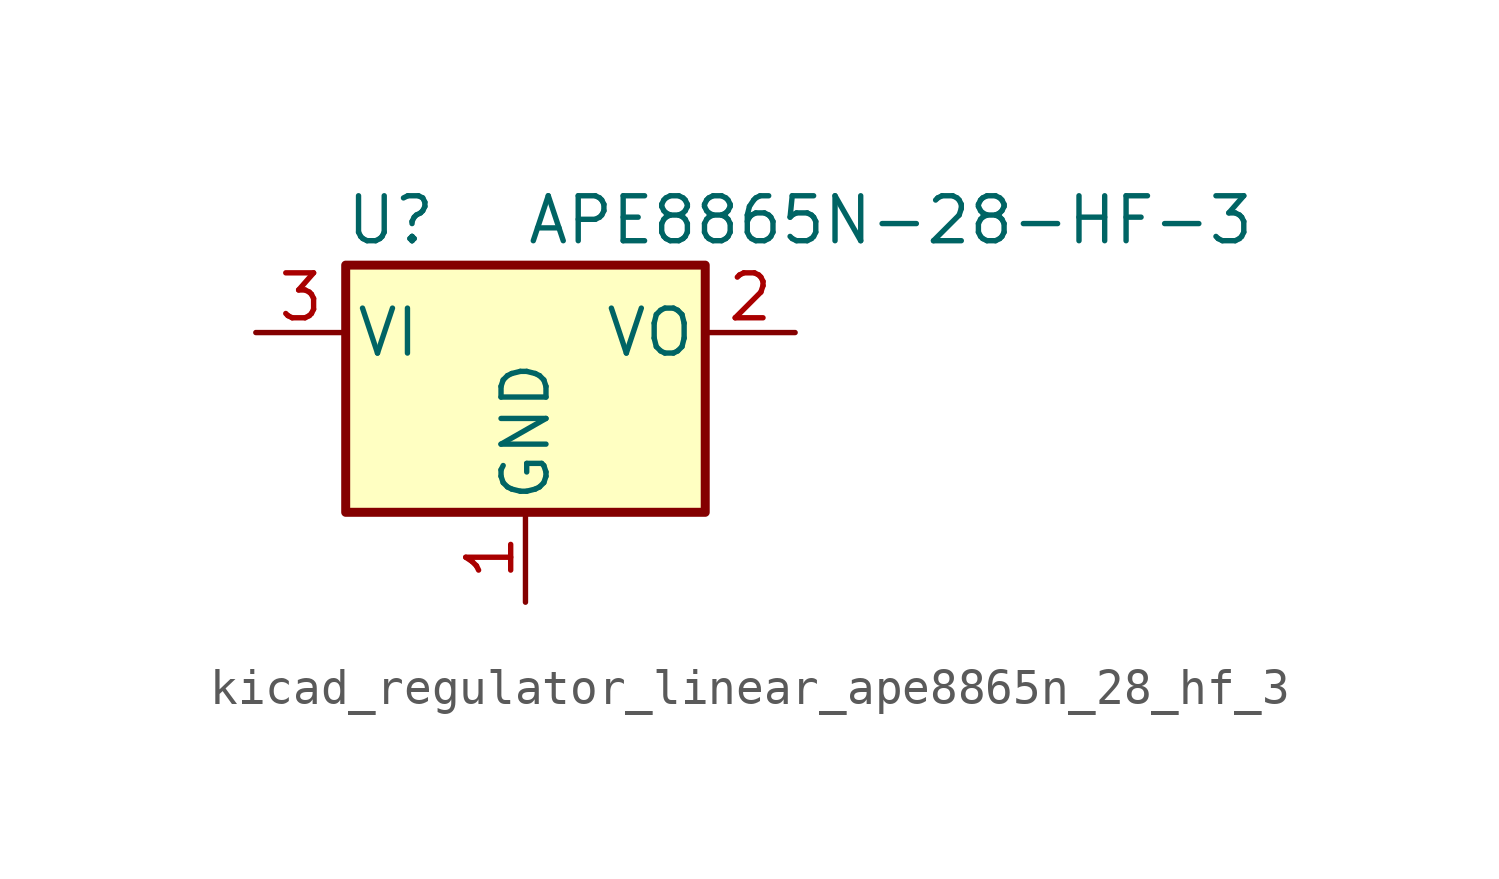
<source format=kicad_sym>
(kicad_symbol_lib
  (version 20220914)
  (generator kicad_symbol_editor)
  (symbol "kicad_regulator_linear_ape8865n_28_hf_3"
    (pin_names
      (offset 0.254))
    (property "Reference" "U"
      (at -3.81 3.175 0)
      (effects (font (size 1.27 1.27))))
    (property "Value" "APE8865N-28-HF-3"
      (at 0 3.175 0)
      (effects (font (size 1.27 1.27)) (justify left)))
    (symbol "kicad_regulator_linear_ape8865n_28_hf_3_0_1"
      (rectangle (start -5.08 1.905) (end 5.08 -5.08) (stroke (width 0.254) (type default)) (fill (type background))))
    (symbol "kicad_regulator_linear_ape8865n_28_hf_3_1_1"
      (pin power_in line (at 0 -7.62 90) (length 2.54) (name "GND" (effects (font (size 1.27 1.27)))) (number "1" (effects (font (size 1.27 1.27)))))
      (pin power_out line (at 7.62 0 180) (length 2.54) (name "VO" (effects (font (size 1.27 1.27)))) (number "2" (effects (font (size 1.27 1.27)))))
      (pin power_in line (at -7.62 0 0) (length 2.54) (name "VI" (effects (font (size 1.27 1.27)))) (number "3" (effects (font (size 1.27 1.27))))))))
</source>
